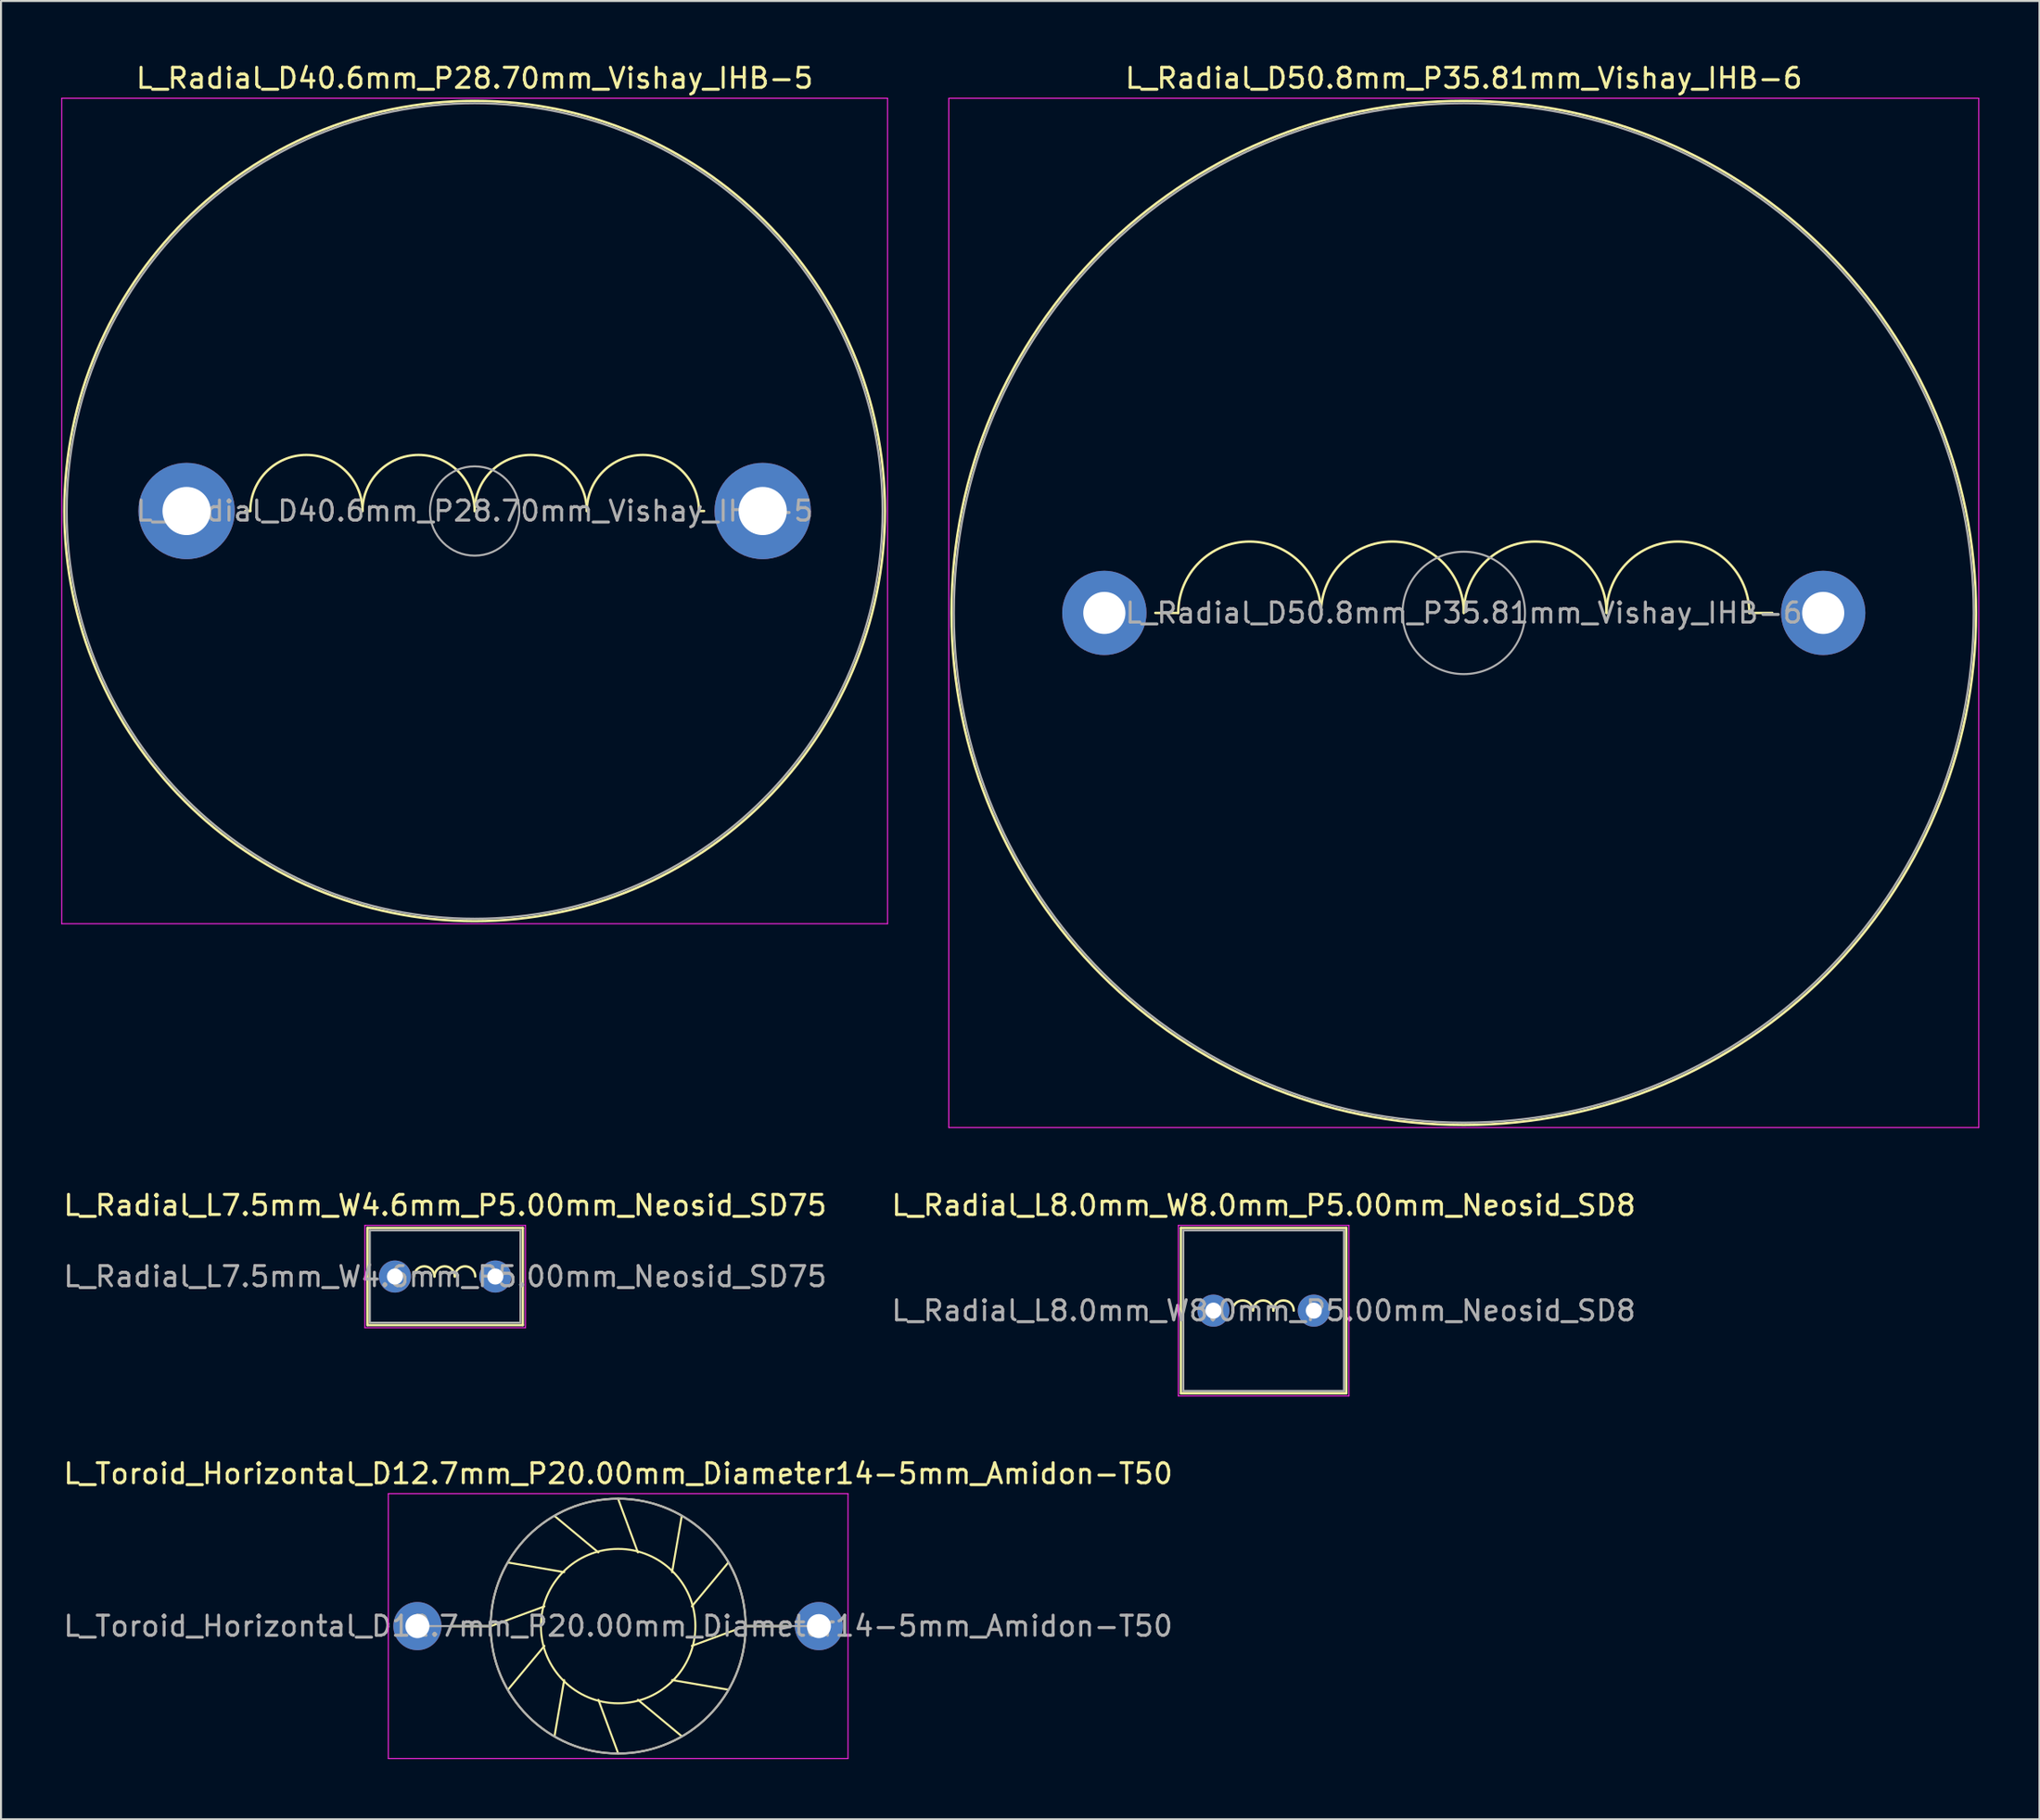
<source format=kicad_pcb>
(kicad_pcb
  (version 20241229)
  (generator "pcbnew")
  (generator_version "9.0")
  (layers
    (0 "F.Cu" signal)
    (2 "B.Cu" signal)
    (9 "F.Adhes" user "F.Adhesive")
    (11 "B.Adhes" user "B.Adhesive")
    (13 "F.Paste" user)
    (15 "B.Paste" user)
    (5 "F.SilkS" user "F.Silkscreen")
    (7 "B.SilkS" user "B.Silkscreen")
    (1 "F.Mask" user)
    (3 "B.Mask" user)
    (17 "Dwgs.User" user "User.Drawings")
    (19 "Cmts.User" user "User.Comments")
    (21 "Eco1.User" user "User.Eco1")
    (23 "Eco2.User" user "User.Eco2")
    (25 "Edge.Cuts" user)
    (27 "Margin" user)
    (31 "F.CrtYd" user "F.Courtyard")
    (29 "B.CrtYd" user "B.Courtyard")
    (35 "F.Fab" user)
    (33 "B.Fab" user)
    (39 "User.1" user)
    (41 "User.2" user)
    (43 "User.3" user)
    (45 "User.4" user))
  (footprint "L_Radial_L7.5mm_W4.6mm_P5.00mm_Neosid_SD75"
    (layer "F.Cu")
    (at 16.625 60.572)
    (property "Reference" "L_Radial_L7.5mm_W4.6mm_P5.00mm_Neosid_SD75" (at 2.5 -3.55 0) (layer "F.SilkS") (effects (font (size 1 1) (thickness 0.15))))
    (attr through_hole)
    (fp_line (start -1.37 -2.42) (end -1.37 2.42) (stroke (width 0.12) (type solid)) (layer "F.SilkS"))
    (fp_line (start -1.37 -2.42) (end 6.37 -2.42) (stroke (width 0.12) (type solid)) (layer "F.SilkS"))
    (fp_line (start -1.37 2.42) (end 6.37 2.42) (stroke (width 0.12) (type solid)) (layer "F.SilkS"))
    (fp_line (start 6.37 -2.42) (end 6.37 2.42) (stroke (width 0.12) (type solid)) (layer "F.SilkS"))
    (fp_arc (start 0.9525 0) (mid 1.4605 -0.508) (end 1.9685 0) (stroke (width 0.12) (type solid)) (layer "F.SilkS"))
    (fp_arc (start 1.9685 0) (mid 2.4765 -0.508) (end 2.9845 0) (stroke (width 0.12) (type solid)) (layer "F.SilkS"))
    (fp_arc (start 2.9845 0) (mid 3.4925 -0.508) (end 4.0005 0) (stroke (width 0.12) (type solid)) (layer "F.SilkS"))
    (fp_line (start -1.5 -2.55) (end -1.5 2.55) (stroke (width 0.05) (type solid)) (layer "F.CrtYd"))
    (fp_line (start -1.5 2.55) (end 6.5 2.55) (stroke (width 0.05) (type solid)) (layer "F.CrtYd"))
    (fp_line (start 6.5 -2.55) (end -1.5 -2.55) (stroke (width 0.05) (type solid)) (layer "F.CrtYd"))
    (fp_line (start 6.5 2.55) (end 6.5 -2.55) (stroke (width 0.05) (type solid)) (layer "F.CrtYd"))
    (fp_line (start -1.25 -2.3) (end -1.25 2.3) (stroke (width 0.1) (type solid)) (layer "F.Fab"))
    (fp_line (start -1.25 2.3) (end 6.25 2.3) (stroke (width 0.1) (type solid)) (layer "F.Fab"))
    (fp_line (start 6.25 -2.3) (end -1.25 -2.3) (stroke (width 0.1) (type solid)) (layer "F.Fab"))
    (fp_line (start 6.25 2.3) (end 6.25 -2.3) (stroke (width 0.1) (type solid)) (layer "F.Fab"))
    (fp_text user "${REFERENCE}" (at 2.5 0 0) (layer "F.Fab") (effects (font (size 1 1) (thickness 0.15))))
    (pad "1" thru_hole circle (at 0 0) (size 1.6 1.6) (drill 0.8) (layers "*.Cu" "*.Mask"))
    (pad "2" thru_hole circle (at 5 0) (size 1.6 1.6) (drill 0.8) (layers "*.Cu" "*.Mask")))
  (footprint "L_Toroid_Horizontal_D12.7mm_P20.00mm_Diameter14-5mm_Amidon-T50"
    (layer "F.Cu")
    (at 17.744 77.995)
    (property "Reference" "L_Toroid_Horizontal_D12.7mm_P20.00mm_Diameter14-5mm_Amidon-T50" (at 10 -7.6 0) (layer "F.SilkS") (effects (font (size 1 1) (thickness 0.15))))
    (attr through_hole)
    (fp_line (start 3.65 0) (end 1.651 0) (stroke (width 0.12) (type solid)) (layer "F.SilkS"))
    (fp_line (start 3.659 0.001) (end 6.327 -0.984) (stroke (width 0.1) (type solid)) (layer "F.SilkS"))
    (fp_line (start 4.509 -3.17) (end 7.311 -2.689) (stroke (width 0.1) (type solid)) (layer "F.SilkS"))
    (fp_line (start 4.509 3.171) (end 6.327 0.985) (stroke (width 0.1) (type solid)) (layer "F.SilkS"))
    (fp_line (start 6.829 -5.491) (end 9.015 -3.673) (stroke (width 0.1) (type solid)) (layer "F.SilkS"))
    (fp_line (start 6.83 5.491) (end 7.311 2.689) (stroke (width 0.1) (type solid)) (layer "F.SilkS"))
    (fp_line (start 9.999 -6.341) (end 10.984 -3.673) (stroke (width 0.1) (type solid)) (layer "F.SilkS"))
    (fp_line (start 10 6.341) (end 9.016 3.673) (stroke (width 0.1) (type solid)) (layer "F.SilkS"))
    (fp_line (start 13.169 -5.492) (end 12.688 -2.689) (stroke (width 0.1) (type solid)) (layer "F.SilkS"))
    (fp_line (start 13.17 5.491) (end 10.984 3.673) (stroke (width 0.1) (type solid)) (layer "F.SilkS"))
    (fp_line (start 15.491 -3.171) (end 13.673 -0.985) (stroke (width 0.1) (type solid)) (layer "F.SilkS"))
    (fp_line (start 15.491 3.17) (end 12.689 2.689) (stroke (width 0.1) (type solid)) (layer "F.SilkS"))
    (fp_line (start 16.341 0) (end 13.673 0.984) (stroke (width 0.1) (type solid)) (layer "F.SilkS"))
    (fp_line (start 16.35 0) (end 18.415 0) (stroke (width 0.12) (type solid)) (layer "F.SilkS"))
    (fp_circle (center 10 0) (end 13.848 0) (stroke (width 0.1) (type solid)) (fill no) (layer "F.SilkS"))
    (fp_circle (center 10 0) (end 16.35 0) (stroke (width 0.1) (type solid)) (fill no) (layer "F.SilkS"))
    (fp_line (start -1.45 -6.6) (end -1.45 6.6) (stroke (width 0.05) (type solid)) (layer "F.CrtYd"))
    (fp_line (start -1.45 6.6) (end 21.45 6.6) (stroke (width 0.05) (type solid)) (layer "F.CrtYd"))
    (fp_line (start 21.45 -6.6) (end -1.45 -6.6) (stroke (width 0.05) (type solid)) (layer "F.CrtYd"))
    (fp_line (start 21.45 6.6) (end 21.45 -6.6) (stroke (width 0.05) (type solid)) (layer "F.CrtYd"))
    (fp_line (start 0 0) (end 3.65 0) (stroke (width 0.1) (type solid)) (layer "F.Fab"))
    (fp_line (start 20 0) (end 16.35 0) (stroke (width 0.1) (type solid)) (layer "F.Fab"))
    (fp_circle (center 10 0) (end 16.35 0) (stroke (width 0.1) (type solid)) (fill no) (layer "F.Fab"))
    (fp_text user "${REFERENCE}" (at 10 0 0) (layer "F.Fab") (effects (font (size 1 1) (thickness 0.15))))
    (pad "1" thru_hole circle (at 0 0) (size 2.4 2.4) (drill 1.2) (layers "*.Cu" "*.Mask"))
    (pad "2" thru_hole circle (at 20 0) (size 2.4 2.4) (drill 1.2) (layers "*.Cu" "*.Mask")))
  (footprint "L_Radial_D50.8mm_P35.81mm_Vishay_IHB-6"
    (layer "F.Cu")
    (at 51.965 27.498)
    (property "Reference" "L_Radial_D50.8mm_P35.81mm_Vishay_IHB-6" (at 17.905 -26.65 0) (layer "F.SilkS") (effects (font (size 1 1) (thickness 0.15))))
    (attr through_hole)
    (fp_line (start 3.681 0) (end 2.54 0) (stroke (width 0.12) (type solid)) (layer "F.SilkS"))
    (fp_line (start 32.129 0) (end 33.274 0) (stroke (width 0.12) (type solid)) (layer "F.SilkS"))
    (fp_arc (start 3.681 0) (mid 7.237 -3.556) (end 10.793 0) (stroke (width 0.12) (type solid)) (layer "F.SilkS"))
    (fp_arc (start 10.793 0) (mid 14.349 -3.556) (end 17.905 0) (stroke (width 0.12) (type solid)) (layer "F.SilkS"))
    (fp_arc (start 17.905 0) (mid 21.461 -3.556) (end 25.017 0) (stroke (width 0.12) (type solid)) (layer "F.SilkS"))
    (fp_arc (start 25.017 0) (mid 28.573 -3.556) (end 32.129 0) (stroke (width 0.12) (type solid)) (layer "F.SilkS"))
    (fp_circle (center 17.905 0) (end 43.425 0) (stroke (width 0.12) (type solid)) (fill no) (layer "F.SilkS"))
    (fp_line (start -7.75 -25.65) (end -7.75 25.65) (stroke (width 0.05) (type solid)) (layer "F.CrtYd"))
    (fp_line (start -7.75 25.65) (end 43.56 25.65) (stroke (width 0.05) (type solid)) (layer "F.CrtYd"))
    (fp_line (start 43.56 -25.65) (end -7.75 -25.65) (stroke (width 0.05) (type solid)) (layer "F.CrtYd"))
    (fp_line (start 43.56 25.65) (end 43.56 -25.65) (stroke (width 0.05) (type solid)) (layer "F.CrtYd"))
    (fp_circle (center 17.905 0) (end 20.955 0) (stroke (width 0.1) (type solid)) (fill no) (layer "F.Fab"))
    (fp_circle (center 17.905 0) (end 43.305 0) (stroke (width 0.1) (type solid)) (fill no) (layer "F.Fab"))
    (fp_text user "${REFERENCE}" (at 17.905 0 0) (layer "F.Fab") (effects (font (size 1 1) (thickness 0.15))))
    (pad "1" thru_hole circle (at 0 0) (size 4.2 4.2) (drill 2.1) (layers "*.Cu" "*.Mask"))
    (pad "2" thru_hole circle (at 35.81 0) (size 4.2 4.2) (drill 2.1) (layers "*.Cu" "*.Mask")))
  (footprint "L_Radial_D40.6mm_P28.70mm_Vishay_IHB-5"
    (layer "F.Cu")
    (at 6.245 22.418)
    (property "Reference" "L_Radial_D40.6mm_P28.70mm_Vishay_IHB-5" (at 14.35 -21.57 0) (layer "F.SilkS") (effects (font (size 1 1) (thickness 0.15))))
    (attr through_hole)
    (fp_line (start 3.174 0) (end 2.92 0) (stroke (width 0.12) (type solid)) (layer "F.SilkS"))
    (fp_line (start 25.526 0) (end 25.78 0) (stroke (width 0.12) (type solid)) (layer "F.SilkS"))
    (fp_arc (start 3.174 0) (mid 5.968 -2.794) (end 8.762 0) (stroke (width 0.12) (type solid)) (layer "F.SilkS"))
    (fp_arc (start 8.762 0) (mid 11.556 -2.794) (end 14.35 0) (stroke (width 0.12) (type solid)) (layer "F.SilkS"))
    (fp_arc (start 14.35 0) (mid 17.144 -2.794) (end 19.938 0) (stroke (width 0.12) (type solid)) (layer "F.SilkS"))
    (fp_arc (start 19.938 0) (mid 22.732 -2.794) (end 25.526 0) (stroke (width 0.12) (type solid)) (layer "F.SilkS"))
    (fp_circle (center 14.35 0) (end 34.79 0) (stroke (width 0.12) (type solid)) (fill no) (layer "F.SilkS"))
    (fp_line (start -6.22 -20.57) (end -6.22 20.57) (stroke (width 0.05) (type solid)) (layer "F.CrtYd"))
    (fp_line (start -6.22 20.57) (end 34.92 20.57) (stroke (width 0.05) (type solid)) (layer "F.CrtYd"))
    (fp_line (start 34.92 -20.57) (end -6.22 -20.57) (stroke (width 0.05) (type solid)) (layer "F.CrtYd"))
    (fp_line (start 34.92 20.57) (end 34.92 -20.57) (stroke (width 0.05) (type solid)) (layer "F.CrtYd"))
    (fp_circle (center 14.35 0) (end 16.575 0) (stroke (width 0.1) (type solid)) (fill no) (layer "F.Fab"))
    (fp_circle (center 14.35 0) (end 34.67 0) (stroke (width 0.1) (type solid)) (fill no) (layer "F.Fab"))
    (fp_text user "${REFERENCE}" (at 14.35 0 0) (layer "F.Fab") (effects (font (size 1 1) (thickness 0.15))))
    (pad "1" thru_hole circle (at 0 0) (size 4.8 4.8) (drill 2.4) (layers "*.Cu" "*.Mask"))
    (pad "2" thru_hole circle (at 28.7 0) (size 4.8 4.8) (drill 2.4) (layers "*.Cu" "*.Mask")))
  (footprint "L_Radial_L8.0mm_W8.0mm_P5.00mm_Neosid_SD8"
    (layer "F.Cu")
    (at 57.399 62.272)
    (property "Reference" "L_Radial_L8.0mm_W8.0mm_P5.00mm_Neosid_SD8" (at 2.5 -5.25 0) (layer "F.SilkS") (effects (font (size 1 1) (thickness 0.15))))
    (attr through_hole)
    (fp_line (start -1.62 -4.12) (end -1.62 4.12) (stroke (width 0.12) (type solid)) (layer "F.SilkS"))
    (fp_line (start -1.62 -4.12) (end 6.62 -4.12) (stroke (width 0.12) (type solid)) (layer "F.SilkS"))
    (fp_line (start -1.62 4.12) (end 6.62 4.12) (stroke (width 0.12) (type solid)) (layer "F.SilkS"))
    (fp_line (start 6.62 -4.12) (end 6.62 4.12) (stroke (width 0.12) (type solid)) (layer "F.SilkS"))
    (fp_arc (start 0.9525 0) (mid 1.4605 -0.508) (end 1.9685 0) (stroke (width 0.12) (type solid)) (layer "F.SilkS"))
    (fp_arc (start 1.9685 0) (mid 2.4765 -0.508) (end 2.9845 0) (stroke (width 0.12) (type solid)) (layer "F.SilkS"))
    (fp_arc (start 2.9845 0) (mid 3.4925 -0.508) (end 4.0005 0) (stroke (width 0.12) (type solid)) (layer "F.SilkS"))
    (fp_line (start -1.75 -4.25) (end -1.75 4.25) (stroke (width 0.05) (type solid)) (layer "F.CrtYd"))
    (fp_line (start -1.75 4.25) (end 6.75 4.25) (stroke (width 0.05) (type solid)) (layer "F.CrtYd"))
    (fp_line (start 6.75 -4.25) (end -1.75 -4.25) (stroke (width 0.05) (type solid)) (layer "F.CrtYd"))
    (fp_line (start 6.75 4.25) (end 6.75 -4.25) (stroke (width 0.05) (type solid)) (layer "F.CrtYd"))
    (fp_line (start -1.5 -4) (end -1.5 4) (stroke (width 0.1) (type solid)) (layer "F.Fab"))
    (fp_line (start -1.5 4) (end 6.5 4) (stroke (width 0.1) (type solid)) (layer "F.Fab"))
    (fp_line (start 6.5 -4) (end -1.5 -4) (stroke (width 0.1) (type solid)) (layer "F.Fab"))
    (fp_line (start 6.5 4) (end 6.5 -4) (stroke (width 0.1) (type solid)) (layer "F.Fab"))
    (fp_text user "${REFERENCE}" (at 2.5 0 0) (layer "F.Fab") (effects (font (size 1 1) (thickness 0.15))))
    (pad "1" thru_hole circle (at 0 0) (size 1.6 1.6) (drill 0.8) (layers "*.Cu" "*.Mask"))
    (pad "2" thru_hole circle (at 5 0) (size 1.6 1.6) (drill 0.8) (layers "*.Cu" "*.Mask")))
  (gr_rect
    (start -3 -3)
    (end 98.55 87.62)
    (stroke (width 0.1) (type default))
    (fill no)
    (layer "Edge.Cuts")))
</source>
